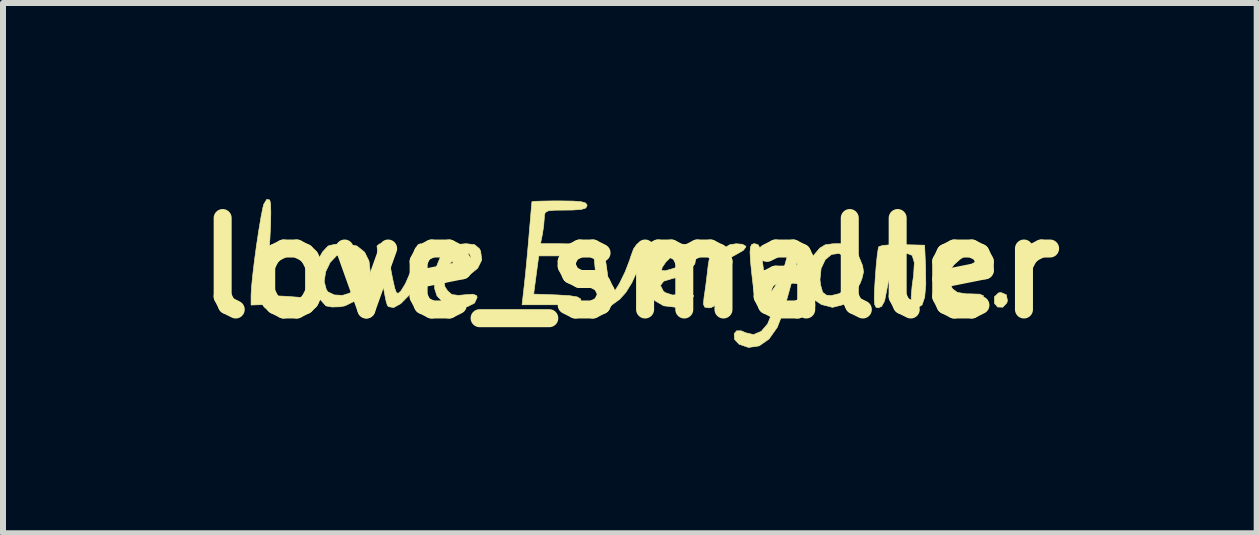
<source format=kicad_pcb>
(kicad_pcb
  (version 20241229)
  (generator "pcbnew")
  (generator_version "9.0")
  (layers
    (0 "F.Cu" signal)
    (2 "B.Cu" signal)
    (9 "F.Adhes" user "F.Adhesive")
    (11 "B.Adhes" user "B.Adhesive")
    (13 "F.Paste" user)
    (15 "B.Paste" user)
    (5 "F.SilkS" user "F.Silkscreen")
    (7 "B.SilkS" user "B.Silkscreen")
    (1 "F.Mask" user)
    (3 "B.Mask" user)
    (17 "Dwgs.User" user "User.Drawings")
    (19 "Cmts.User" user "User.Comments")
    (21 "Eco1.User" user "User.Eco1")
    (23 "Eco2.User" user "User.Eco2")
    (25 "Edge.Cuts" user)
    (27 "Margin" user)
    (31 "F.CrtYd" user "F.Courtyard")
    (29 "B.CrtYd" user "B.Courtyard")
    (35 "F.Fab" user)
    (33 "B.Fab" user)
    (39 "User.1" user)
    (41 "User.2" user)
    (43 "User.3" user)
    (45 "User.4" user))
  (footprint "love_smaller"
    (layer "F.Cu")
    (at 7.446 1.418)
    (property "Reference" "love_smaller" (at 0 0 0) (layer "F.SilkS") (effects (font (size 1.524 1.524) (thickness 0.3))))
    (attr through_hole)
    (fp_poly (pts (xy 6.274 0.445) (xy 6.292 0.542) (xy 6.281 0.581) (xy 6.215 0.651) (xy 6.129 0.648) (xy 6.077 0.588) (xy 6.075 0.479) (xy 6.144 0.413) (xy 6.185 0.407) (xy 6.274 0.445)) (stroke (width 0.01) (type solid)) (fill yes) (layer "F.SilkS"))
    (fp_poly (pts (xy 1.523 -0.363) (xy 1.526 -0.358) (xy 1.573 -0.324) (xy 1.6 -0.351) (xy 1.666 -0.39) (xy 1.772 -0.406) (xy 1.876 -0.397) (xy 1.932 -0.365) (xy 1.934 -0.355) (xy 1.893 -0.298) (xy 1.82 -0.255) (xy 1.64 -0.155) (xy 1.54 -0.025) (xy 1.495 0.168) (xy 1.493 0.188) (xy 1.469 0.412) (xy 1.442 0.553) (xy 1.407 0.629) (xy 1.355 0.658) (xy 1.316 0.662) (xy 1.249 0.651) (xy 1.226 0.601) (xy 1.237 0.484) (xy 1.242 0.455) (xy 1.266 0.285) (xy 1.292 0.072) (xy 1.307 -0.059) (xy 1.342 -0.251) (xy 1.394 -0.373) (xy 1.457 -0.414) (xy 1.523 -0.363)) (stroke (width 0.01) (type solid)) (fill yes) (layer "F.SilkS"))
    (fp_poly (pts (xy -6.001 -1.135) (xy -5.987 -1.069) (xy -5.983 -0.924) (xy -5.987 -0.724) (xy -5.998 -0.49) (xy -6.014 -0.245) (xy -6.035 -0.012) (xy -6.059 0.186) (xy -6.084 0.327) (xy -6.088 0.341) (xy -6.098 0.399) (xy -6.075 0.434) (xy -6 0.453) (xy -5.852 0.464) (xy -5.745 0.469) (xy -5.526 0.485) (xy -5.406 0.508) (xy -5.38 0.536) (xy -5.447 0.563) (xy -5.603 0.586) (xy -5.841 0.6) (xy -6.312 0.615) (xy -6.312 0.45) (xy -6.304 0.314) (xy -6.284 0.112) (xy -6.255 -0.13) (xy -6.22 -0.389) (xy -6.182 -0.638) (xy -6.146 -0.853) (xy -6.115 -1.008) (xy -6.1 -1.065) (xy -6.05 -1.146) (xy -6.001 -1.135)) (stroke (width 0.01) (type solid)) (fill yes) (layer "F.SilkS"))
    (fp_poly (pts (xy 0.192 -0.367) (xy 0.201 -0.26) (xy 0.172 -0.108) (xy 0.114 0.067) (xy 0.032 0.245) (xy -0.066 0.404) (xy -0.17 0.519) (xy -0.323 0.631) (xy -0.428 0.656) (xy -0.494 0.593) (xy -0.529 0.445) (xy -0.567 0.126) (xy -0.589 -0.106) (xy -0.596 -0.262) (xy -0.588 -0.356) (xy -0.565 -0.4) (xy -0.54 -0.407) (xy -0.488 -0.392) (xy -0.45 -0.334) (xy -0.419 -0.214) (xy -0.388 -0.014) (xy -0.383 0.025) (xy -0.353 0.244) (xy -0.324 0.368) (xy -0.291 0.408) (xy -0.244 0.37) (xy -0.177 0.263) (xy -0.17 0.25) (xy -0.079 0.064) (xy -0.003 -0.133) (xy 0.014 -0.189) (xy 0.062 -0.321) (xy 0.117 -0.398) (xy 0.138 -0.407) (xy 0.192 -0.367)) (stroke (width 0.01) (type solid)) (fill yes) (layer "F.SilkS"))
    (fp_poly (pts (xy 4.544 -0.391) (xy 4.912 -0.382) (xy 4.928 -0.025) (xy 4.932 0.276) (xy 4.913 0.485) (xy 4.87 0.611) (xy 4.801 0.66) (xy 4.782 0.662) (xy 4.726 0.648) (xy 4.695 0.594) (xy 4.688 0.486) (xy 4.703 0.306) (xy 4.729 0.113) (xy 4.741 -0.093) (xy 4.705 -0.212) (xy 4.618 -0.246) (xy 4.508 -0.214) (xy 4.456 -0.185) (xy 4.416 -0.141) (xy 4.38 -0.064) (xy 4.345 0.062) (xy 4.303 0.253) (xy 4.249 0.527) (xy 4.245 0.547) (xy 4.196 0.637) (xy 4.14 0.662) (xy 4.102 0.651) (xy 4.08 0.606) (xy 4.073 0.509) (xy 4.079 0.341) (xy 4.089 0.175) (xy 4.105 -0.04) (xy 4.123 -0.216) (xy 4.14 -0.329) (xy 4.148 -0.356) (xy 4.209 -0.377) (xy 4.344 -0.389) (xy 4.524 -0.392) (xy 4.544 -0.391)) (stroke (width 0.01) (type solid)) (fill yes) (layer "F.SilkS"))
    (fp_poly (pts (xy -3.429 -0.364) (xy -3.406 -0.252) (xy -3.414 -0.099) (xy -3.454 0.07) (xy -3.521 0.227) (xy -3.536 0.252) (xy -3.682 0.454) (xy -3.818 0.592) (xy -3.936 0.657) (xy -4.022 0.642) (xy -4.041 0.62) (xy -4.062 0.551) (xy -4.09 0.412) (xy -4.121 0.231) (xy -4.122 0.225) (xy -4.153 0.024) (xy -4.184 -0.155) (xy -4.204 -0.267) (xy -4.213 -0.369) (xy -4.168 -0.405) (xy -4.127 -0.407) (xy -4.047 -0.382) (xy -4.02 -0.288) (xy -4.019 -0.267) (xy -4.007 -0.14) (xy -3.98 0.04) (xy -3.955 0.17) (xy -3.919 0.332) (xy -3.89 0.41) (xy -3.858 0.42) (xy -3.811 0.376) (xy -3.81 0.374) (xy -3.739 0.258) (xy -3.664 0.085) (xy -3.601 -0.103) (xy -3.566 -0.264) (xy -3.563 -0.307) (xy -3.531 -0.389) (xy -3.487 -0.407) (xy -3.429 -0.364)) (stroke (width 0.01) (type solid)) (fill yes) (layer "F.SilkS"))
    (fp_poly (pts (xy 3.62 -0.403) (xy 3.707 -0.374) (xy 3.767 -0.298) (xy 3.821 -0.181) (xy 3.879 -0.038) (xy 3.894 0.064) (xy 3.868 0.173) (xy 3.838 0.252) (xy 3.713 0.473) (xy 3.555 0.608) (xy 3.377 0.654) (xy 3.191 0.606) (xy 3.08 0.53) (xy 2.956 0.363) (xy 2.925 0.192) (xy 3.168 0.192) (xy 3.179 0.283) (xy 3.213 0.403) (xy 3.276 0.451) (xy 3.354 0.458) (xy 3.492 0.425) (xy 3.583 0.363) (xy 3.675 0.206) (xy 3.702 0.034) (xy 3.662 -0.118) (xy 3.617 -0.175) (xy 3.485 -0.245) (xy 3.36 -0.228) (xy 3.256 -0.14) (xy 3.187 0.005) (xy 3.168 0.192) (xy 2.925 0.192) (xy 2.92 0.162) (xy 2.972 -0.056) (xy 3.069 -0.22) (xy 3.166 -0.334) (xy 3.257 -0.389) (xy 3.386 -0.406) (xy 3.467 -0.407) (xy 3.62 -0.403)) (stroke (width 0.01) (type solid)) (fill yes) (layer "F.SilkS"))
    (fp_poly (pts (xy -4.549 -0.369) (xy -4.42 -0.266) (xy -4.347 -0.118) (xy -4.327 0.056) (xy -4.359 0.236) (xy -4.441 0.404) (xy -4.57 0.541) (xy -4.746 0.628) (xy -4.829 0.644) (xy -4.965 0.648) (xy -5.06 0.63) (xy -5.068 0.626) (xy -5.185 0.494) (xy -5.269 0.322) (xy -5.288 0.222) (xy -5.094 0.222) (xy -5.057 0.361) (xy -5.029 0.397) (xy -4.924 0.447) (xy -4.787 0.454) (xy -4.671 0.418) (xy -4.644 0.394) (xy -4.57 0.249) (xy -4.547 0.084) (xy -4.569 -0.074) (xy -4.633 -0.195) (xy -4.734 -0.253) (xy -4.754 -0.255) (xy -4.886 -0.209) (xy -4.995 -0.094) (xy -5.069 0.06) (xy -5.094 0.222) (xy -5.288 0.222) (xy -5.294 0.19) (xy -5.268 0.043) (xy -5.204 -0.123) (xy -5.12 -0.271) (xy -5.033 -0.364) (xy -5.012 -0.375) (xy -4.908 -0.397) (xy -4.759 -0.407) (xy -4.733 -0.407) (xy -4.549 -0.369)) (stroke (width 0.01) (type solid)) (fill yes) (layer "F.SilkS"))
    (fp_poly (pts (xy 5.724 -0.397) (xy 5.857 -0.38) (xy 5.919 -0.339) (xy 5.941 -0.25) (xy 5.943 -0.229) (xy 5.912 -0.05) (xy 5.796 0.084) (xy 5.606 0.162) (xy 5.579 0.167) (xy 5.422 0.2) (xy 5.352 0.241) (xy 5.354 0.303) (xy 5.378 0.346) (xy 5.459 0.406) (xy 5.609 0.429) (xy 5.669 0.429) (xy 5.828 0.434) (xy 5.893 0.46) (xy 5.874 0.514) (xy 5.812 0.577) (xy 5.661 0.649) (xy 5.469 0.644) (xy 5.363 0.611) (xy 5.253 0.516) (xy 5.185 0.355) (xy 5.167 0.156) (xy 5.187 0.028) (xy 5.345 0.028) (xy 5.387 0.05) (xy 5.508 0.022) (xy 5.626 -0.023) (xy 5.743 -0.094) (xy 5.798 -0.171) (xy 5.785 -0.232) (xy 5.703 -0.255) (xy 5.618 -0.224) (xy 5.507 -0.151) (xy 5.406 -0.062) (xy 5.348 0.013) (xy 5.345 0.028) (xy 5.187 0.028) (xy 5.19 0.006) (xy 5.291 -0.211) (xy 5.45 -0.347) (xy 5.661 -0.398) (xy 5.724 -0.397)) (stroke (width 0.01) (type solid)) (fill yes) (layer "F.SilkS"))
    (fp_poly (pts (xy -2.587 -0.39) (xy -2.509 -0.326) (xy -2.487 -0.284) (xy -2.468 -0.136) (xy -2.536 0.002) (xy -2.673 0.114) (xy -2.865 0.179) (xy -2.877 0.181) (xy -3.029 0.21) (xy -3.093 0.248) (xy -3.081 0.312) (xy -3.036 0.38) (xy -2.967 0.44) (xy -2.858 0.455) (xy -2.756 0.445) (xy -2.616 0.435) (xy -2.553 0.458) (xy -2.545 0.487) (xy -2.588 0.582) (xy -2.698 0.638) (xy -2.846 0.653) (xy -3.003 0.622) (xy -3.124 0.556) (xy -3.213 0.464) (xy -3.251 0.348) (xy -3.258 0.223) (xy -3.234 0.035) (xy -3.05 0.035) (xy -2.984 0.046) (xy -2.846 -0.002) (xy -2.797 -0.027) (xy -2.693 -0.104) (xy -2.649 -0.184) (xy -2.674 -0.241) (xy -2.733 -0.255) (xy -2.829 -0.221) (xy -2.936 -0.144) (xy -3.036 -0.03) (xy -3.05 0.035) (xy -3.234 0.035) (xy -3.228 -0.012) (xy -3.147 -0.21) (xy -3.028 -0.342) (xy -3.006 -0.355) (xy -2.888 -0.391) (xy -2.735 -0.407) (xy -2.726 -0.407) (xy -2.587 -0.39)) (stroke (width 0.01) (type solid)) (fill yes) (layer "F.SilkS"))
    (fp_poly (pts (xy 0.871 -0.398) (xy 1.012 -0.381) (xy 1.08 -0.344) (xy 1.107 -0.267) (xy 1.111 -0.236) (xy 1.083 -0.071) (xy 0.971 0.065) (xy 0.791 0.154) (xy 0.709 0.173) (xy 0.563 0.218) (xy 0.51 0.289) (xy 0.555 0.379) (xy 0.586 0.407) (xy 0.708 0.448) (xy 0.866 0.439) (xy 1.011 0.429) (xy 1.065 0.46) (xy 1.025 0.527) (xy 0.956 0.582) (xy 0.771 0.653) (xy 0.566 0.628) (xy 0.56 0.626) (xy 0.413 0.54) (xy 0.332 0.406) (xy 0.306 0.202) (xy 0.305 0.18) (xy 0.313 0.039) (xy 0.528 0.039) (xy 0.586 0.045) (xy 0.722 0.007) (xy 0.756 -0.005) (xy 0.882 -0.078) (xy 0.916 -0.158) (xy 0.887 -0.242) (xy 0.811 -0.256) (xy 0.71 -0.208) (xy 0.603 -0.106) (xy 0.539 -0.013) (xy 0.528 0.039) (xy 0.313 0.039) (xy 0.314 0.011) (xy 0.354 -0.105) (xy 0.443 -0.214) (xy 0.477 -0.248) (xy 0.6 -0.353) (xy 0.711 -0.396) (xy 0.861 -0.398) (xy 0.871 -0.398)) (stroke (width 0.01) (type solid)) (fill yes) (layer "F.SilkS"))
    (fp_poly (pts (xy -0.947 -1.117) (xy -0.808 -1.106) (xy -0.736 -1.084) (xy -0.713 -1.049) (xy -0.713 -1.043) (xy -0.734 -1.002) (xy -0.809 -0.978) (xy -0.957 -0.968) (xy -1.069 -0.967) (xy -1.255 -0.965) (xy -1.362 -0.954) (xy -1.411 -0.926) (xy -1.425 -0.874) (xy -1.425 -0.846) (xy -1.436 -0.706) (xy -1.457 -0.566) (xy -1.489 -0.407) (xy -1.177 -0.407) (xy -1.004 -0.404) (xy -0.91 -0.388) (xy -0.872 -0.353) (xy -0.865 -0.305) (xy -0.876 -0.25) (xy -0.922 -0.219) (xy -1.027 -0.206) (xy -1.192 -0.204) (xy -1.518 -0.204) (xy -1.561 0.115) (xy -1.603 0.433) (xy -1.209 0.447) (xy -1 0.46) (xy -0.877 0.48) (xy -0.822 0.512) (xy -0.814 0.537) (xy -0.833 0.572) (xy -0.9 0.594) (xy -1.032 0.606) (xy -1.246 0.611) (xy -1.305 0.611) (xy -1.796 0.611) (xy -1.76 0.293) (xy -1.739 0.099) (xy -1.715 -0.154) (xy -1.69 -0.426) (xy -1.679 -0.56) (xy -1.66 -0.781) (xy -1.645 -0.96) (xy -1.635 -1.075) (xy -1.631 -1.107) (xy -1.583 -1.113) (xy -1.456 -1.117) (xy -1.273 -1.12) (xy -1.171 -1.12) (xy -0.947 -1.117)) (stroke (width 0.01) (type solid)) (fill yes) (layer "F.SilkS"))
    (fp_poly (pts (xy 2.826 -0.406) (xy 2.84 -0.386) (xy 2.84 -0.339) (xy 2.823 -0.252) (xy 2.789 -0.113) (xy 2.735 0.089) (xy 2.659 0.367) (xy 2.56 0.722) (xy 2.456 0.988) (xy 2.318 1.182) (xy 2.155 1.296) (xy 1.977 1.322) (xy 1.82 1.268) (xy 1.744 1.186) (xy 1.739 1.093) (xy 1.779 1.045) (xy 1.856 1.045) (xy 1.929 1.077) (xy 2.061 1.108) (xy 2.191 1.053) (xy 2.297 0.928) (xy 2.341 0.819) (xy 2.381 0.661) (xy 2.386 0.586) (xy 2.355 0.582) (xy 2.317 0.61) (xy 2.213 0.654) (xy 2.131 0.603) (xy 2.078 0.462) (xy 2.067 0.397) (xy 2.032 0.095) (xy 2.01 -0.121) (xy 2.003 -0.265) (xy 2.01 -0.351) (xy 2.031 -0.394) (xy 2.068 -0.407) (xy 2.08 -0.407) (xy 2.137 -0.39) (xy 2.174 -0.322) (xy 2.201 -0.182) (xy 2.209 -0.114) (xy 2.234 0.075) (xy 2.262 0.243) (xy 2.279 0.317) (xy 2.316 0.455) (xy 2.431 0.288) (xy 2.512 0.135) (xy 2.584 -0.057) (xy 2.608 -0.144) (xy 2.656 -0.307) (xy 2.708 -0.388) (xy 2.767 -0.407) (xy 2.801 -0.409) (xy 2.826 -0.406)) (stroke (width 0.01) (type solid)) (fill yes) (layer "F.SilkS")))
  (gr_rect
    (start -3 -3)
    (end 17.892 5.836)
    (stroke (width 0.1) (type default))
    (fill no)
    (layer "Edge.Cuts")))
</source>
